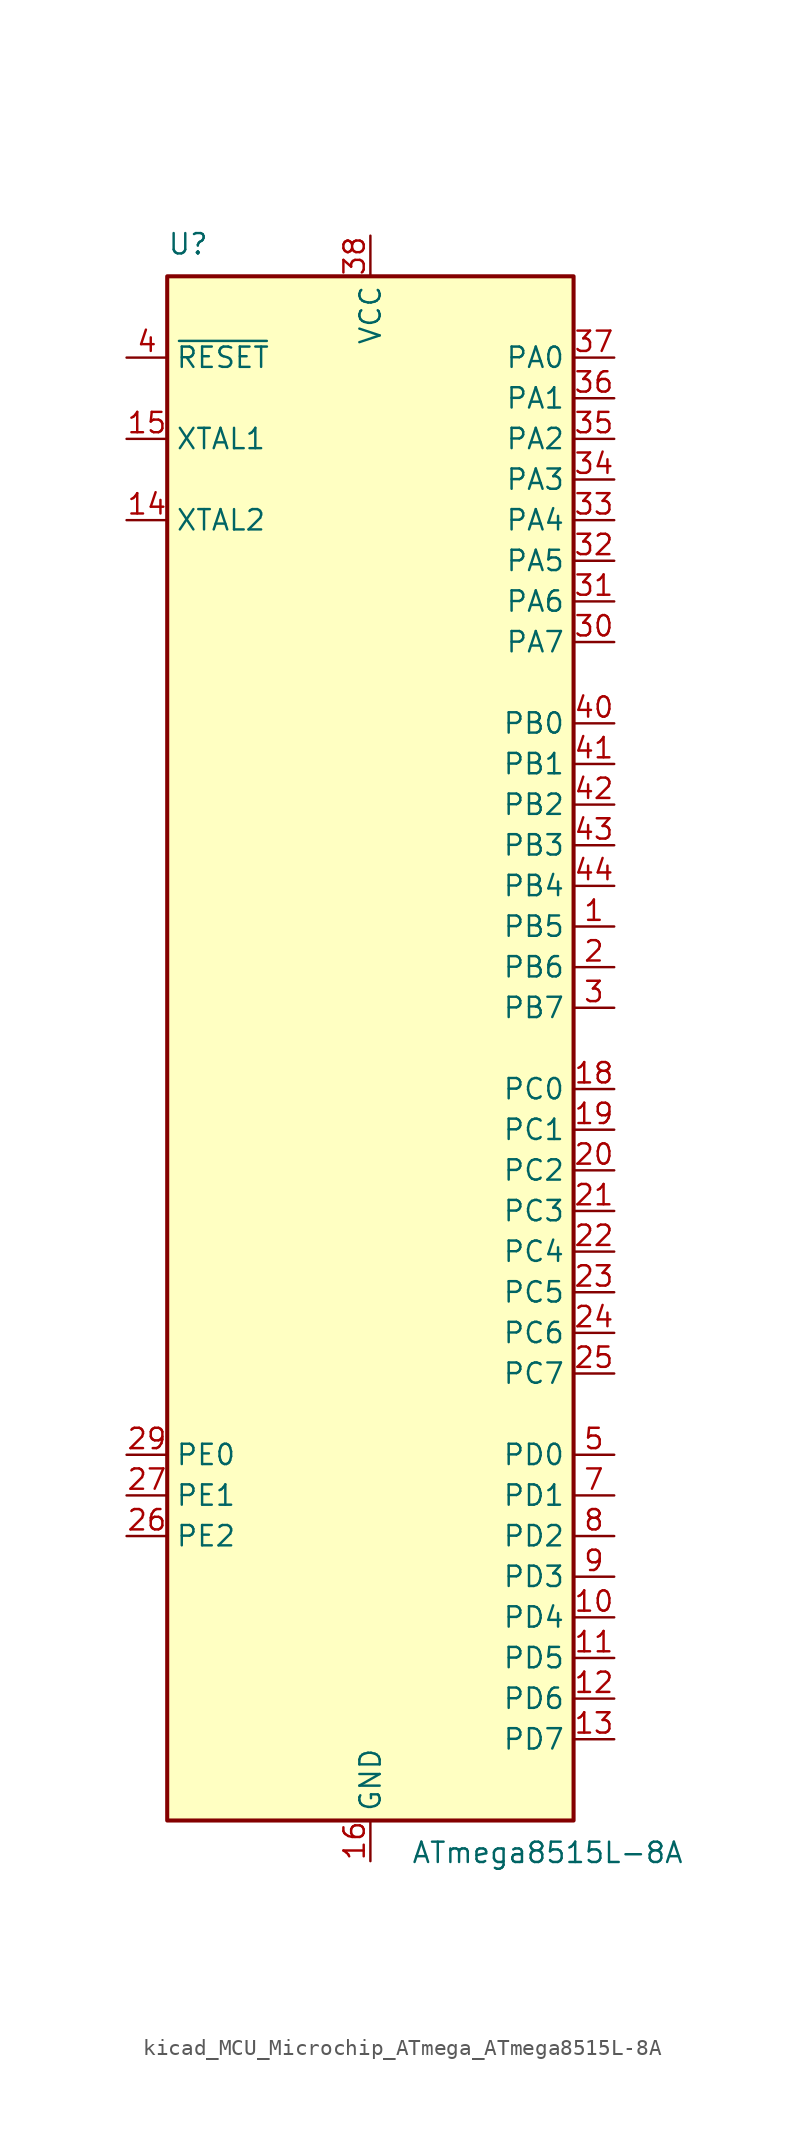
<source format=kicad_sym>
(kicad_symbol_lib
  (version 20220914)
  (generator kicad_symbol_editor)
  (symbol "kicad_MCU_Microchip_ATmega_ATmega8515L-8A"
    (property "Reference" "U"
      (at -12.7 49.53 0)
      (effects (font (size 1.27 1.27)) (justify left bottom)))
    (property "Value" "ATmega8515L-8A"
      (at 2.54 -49.53 0)
      (effects (font (size 1.27 1.27)) (justify left top)))
    (symbol "kicad_MCU_Microchip_ATmega_ATmega8515L-8A_0_1"
      (rectangle (start -12.7 -48.26) (end 12.7 48.26) (stroke (width 0.254) (type default)) (fill (type background))))
    (symbol "kicad_MCU_Microchip_ATmega_ATmega8515L-8A_1_1"
      (pin bidirectional line (at 15.24 7.62 180) (length 2.54) (name "PB5" (effects (font (size 1.27 1.27)))) (number "1" (effects (font (size 1.27 1.27)))))
      (pin bidirectional line (at 15.24 -35.56 180) (length 2.54) (name "PD4" (effects (font (size 1.27 1.27)))) (number "10" (effects (font (size 1.27 1.27)))))
      (pin bidirectional line (at 15.24 -38.1 180) (length 2.54) (name "PD5" (effects (font (size 1.27 1.27)))) (number "11" (effects (font (size 1.27 1.27)))))
      (pin bidirectional line (at 15.24 -40.64 180) (length 2.54) (name "PD6" (effects (font (size 1.27 1.27)))) (number "12" (effects (font (size 1.27 1.27)))))
      (pin bidirectional line (at 15.24 -43.18 180) (length 2.54) (name "PD7" (effects (font (size 1.27 1.27)))) (number "13" (effects (font (size 1.27 1.27)))))
      (pin output line (at -15.24 33.02 0) (length 2.54) (name "XTAL2" (effects (font (size 1.27 1.27)))) (number "14" (effects (font (size 1.27 1.27)))))
      (pin input line (at -15.24 38.1 0) (length 2.54) (name "XTAL1" (effects (font (size 1.27 1.27)))) (number "15" (effects (font (size 1.27 1.27)))))
      (pin power_in line (at 0 -50.8 90) (length 2.54) (name "GND" (effects (font (size 1.27 1.27)))) (number "16" (effects (font (size 1.27 1.27)))))
      (pin no_connect line (at -12.7 -40.64 0) (length 2.54) hide (name "NC" (effects (font (size 1.27 1.27)))) (number "17" (effects (font (size 1.27 1.27)))))
      (pin bidirectional line (at 15.24 -2.54 180) (length 2.54) (name "PC0" (effects (font (size 1.27 1.27)))) (number "18" (effects (font (size 1.27 1.27)))))
      (pin bidirectional line (at 15.24 -5.08 180) (length 2.54) (name "PC1" (effects (font (size 1.27 1.27)))) (number "19" (effects (font (size 1.27 1.27)))))
      (pin bidirectional line (at 15.24 5.08 180) (length 2.54) (name "PB6" (effects (font (size 1.27 1.27)))) (number "2" (effects (font (size 1.27 1.27)))))
      (pin bidirectional line (at 15.24 -7.62 180) (length 2.54) (name "PC2" (effects (font (size 1.27 1.27)))) (number "20" (effects (font (size 1.27 1.27)))))
      (pin bidirectional line (at 15.24 -10.16 180) (length 2.54) (name "PC3" (effects (font (size 1.27 1.27)))) (number "21" (effects (font (size 1.27 1.27)))))
      (pin bidirectional line (at 15.24 -12.7 180) (length 2.54) (name "PC4" (effects (font (size 1.27 1.27)))) (number "22" (effects (font (size 1.27 1.27)))))
      (pin bidirectional line (at 15.24 -15.24 180) (length 2.54) (name "PC5" (effects (font (size 1.27 1.27)))) (number "23" (effects (font (size 1.27 1.27)))))
      (pin bidirectional line (at 15.24 -17.78 180) (length 2.54) (name "PC6" (effects (font (size 1.27 1.27)))) (number "24" (effects (font (size 1.27 1.27)))))
      (pin bidirectional line (at 15.24 -20.32 180) (length 2.54) (name "PC7" (effects (font (size 1.27 1.27)))) (number "25" (effects (font (size 1.27 1.27)))))
      (pin bidirectional line (at -15.24 -30.48 0) (length 2.54) (name "PE2" (effects (font (size 1.27 1.27)))) (number "26" (effects (font (size 1.27 1.27)))))
      (pin bidirectional line (at -15.24 -27.94 0) (length 2.54) (name "PE1" (effects (font (size 1.27 1.27)))) (number "27" (effects (font (size 1.27 1.27)))))
      (pin no_connect line (at -12.7 -43.18 0) (length 2.54) hide (name "NC" (effects (font (size 1.27 1.27)))) (number "28" (effects (font (size 1.27 1.27)))))
      (pin bidirectional line (at -15.24 -25.4 0) (length 2.54) (name "PE0" (effects (font (size 1.27 1.27)))) (number "29" (effects (font (size 1.27 1.27)))))
      (pin bidirectional line (at 15.24 2.54 180) (length 2.54) (name "PB7" (effects (font (size 1.27 1.27)))) (number "3" (effects (font (size 1.27 1.27)))))
      (pin bidirectional line (at 15.24 25.4 180) (length 2.54) (name "PA7" (effects (font (size 1.27 1.27)))) (number "30" (effects (font (size 1.27 1.27)))))
      (pin bidirectional line (at 15.24 27.94 180) (length 2.54) (name "PA6" (effects (font (size 1.27 1.27)))) (number "31" (effects (font (size 1.27 1.27)))))
      (pin bidirectional line (at 15.24 30.48 180) (length 2.54) (name "PA5" (effects (font (size 1.27 1.27)))) (number "32" (effects (font (size 1.27 1.27)))))
      (pin bidirectional line (at 15.24 33.02 180) (length 2.54) (name "PA4" (effects (font (size 1.27 1.27)))) (number "33" (effects (font (size 1.27 1.27)))))
      (pin bidirectional line (at 15.24 35.56 180) (length 2.54) (name "PA3" (effects (font (size 1.27 1.27)))) (number "34" (effects (font (size 1.27 1.27)))))
      (pin bidirectional line (at 15.24 38.1 180) (length 2.54) (name "PA2" (effects (font (size 1.27 1.27)))) (number "35" (effects (font (size 1.27 1.27)))))
      (pin bidirectional line (at 15.24 40.64 180) (length 2.54) (name "PA1" (effects (font (size 1.27 1.27)))) (number "36" (effects (font (size 1.27 1.27)))))
      (pin bidirectional line (at 15.24 43.18 180) (length 2.54) (name "PA0" (effects (font (size 1.27 1.27)))) (number "37" (effects (font (size 1.27 1.27)))))
      (pin power_in line (at 0 50.8 270) (length 2.54) (name "VCC" (effects (font (size 1.27 1.27)))) (number "38" (effects (font (size 1.27 1.27)))))
      (pin no_connect line (at -12.7 -45.72 0) (length 2.54) hide (name "NC" (effects (font (size 1.27 1.27)))) (number "39" (effects (font (size 1.27 1.27)))))
      (pin input line (at -15.24 43.18 0) (length 2.54) (name "~{RESET}" (effects (font (size 1.27 1.27)))) (number "4" (effects (font (size 1.27 1.27)))))
      (pin bidirectional line (at 15.24 20.32 180) (length 2.54) (name "PB0" (effects (font (size 1.27 1.27)))) (number "40" (effects (font (size 1.27 1.27)))))
      (pin bidirectional line (at 15.24 17.78 180) (length 2.54) (name "PB1" (effects (font (size 1.27 1.27)))) (number "41" (effects (font (size 1.27 1.27)))))
      (pin bidirectional line (at 15.24 15.24 180) (length 2.54) (name "PB2" (effects (font (size 1.27 1.27)))) (number "42" (effects (font (size 1.27 1.27)))))
      (pin bidirectional line (at 15.24 12.7 180) (length 2.54) (name "PB3" (effects (font (size 1.27 1.27)))) (number "43" (effects (font (size 1.27 1.27)))))
      (pin bidirectional line (at 15.24 10.16 180) (length 2.54) (name "PB4" (effects (font (size 1.27 1.27)))) (number "44" (effects (font (size 1.27 1.27)))))
      (pin bidirectional line (at 15.24 -25.4 180) (length 2.54) (name "PD0" (effects (font (size 1.27 1.27)))) (number "5" (effects (font (size 1.27 1.27)))))
      (pin no_connect line (at -12.7 -38.1 0) (length 2.54) hide (name "NC" (effects (font (size 1.27 1.27)))) (number "6" (effects (font (size 1.27 1.27)))))
      (pin bidirectional line (at 15.24 -27.94 180) (length 2.54) (name "PD1" (effects (font (size 1.27 1.27)))) (number "7" (effects (font (size 1.27 1.27)))))
      (pin bidirectional line (at 15.24 -30.48 180) (length 2.54) (name "PD2" (effects (font (size 1.27 1.27)))) (number "8" (effects (font (size 1.27 1.27)))))
      (pin bidirectional line (at 15.24 -33.02 180) (length 2.54) (name "PD3" (effects (font (size 1.27 1.27)))) (number "9" (effects (font (size 1.27 1.27))))))))
</source>
